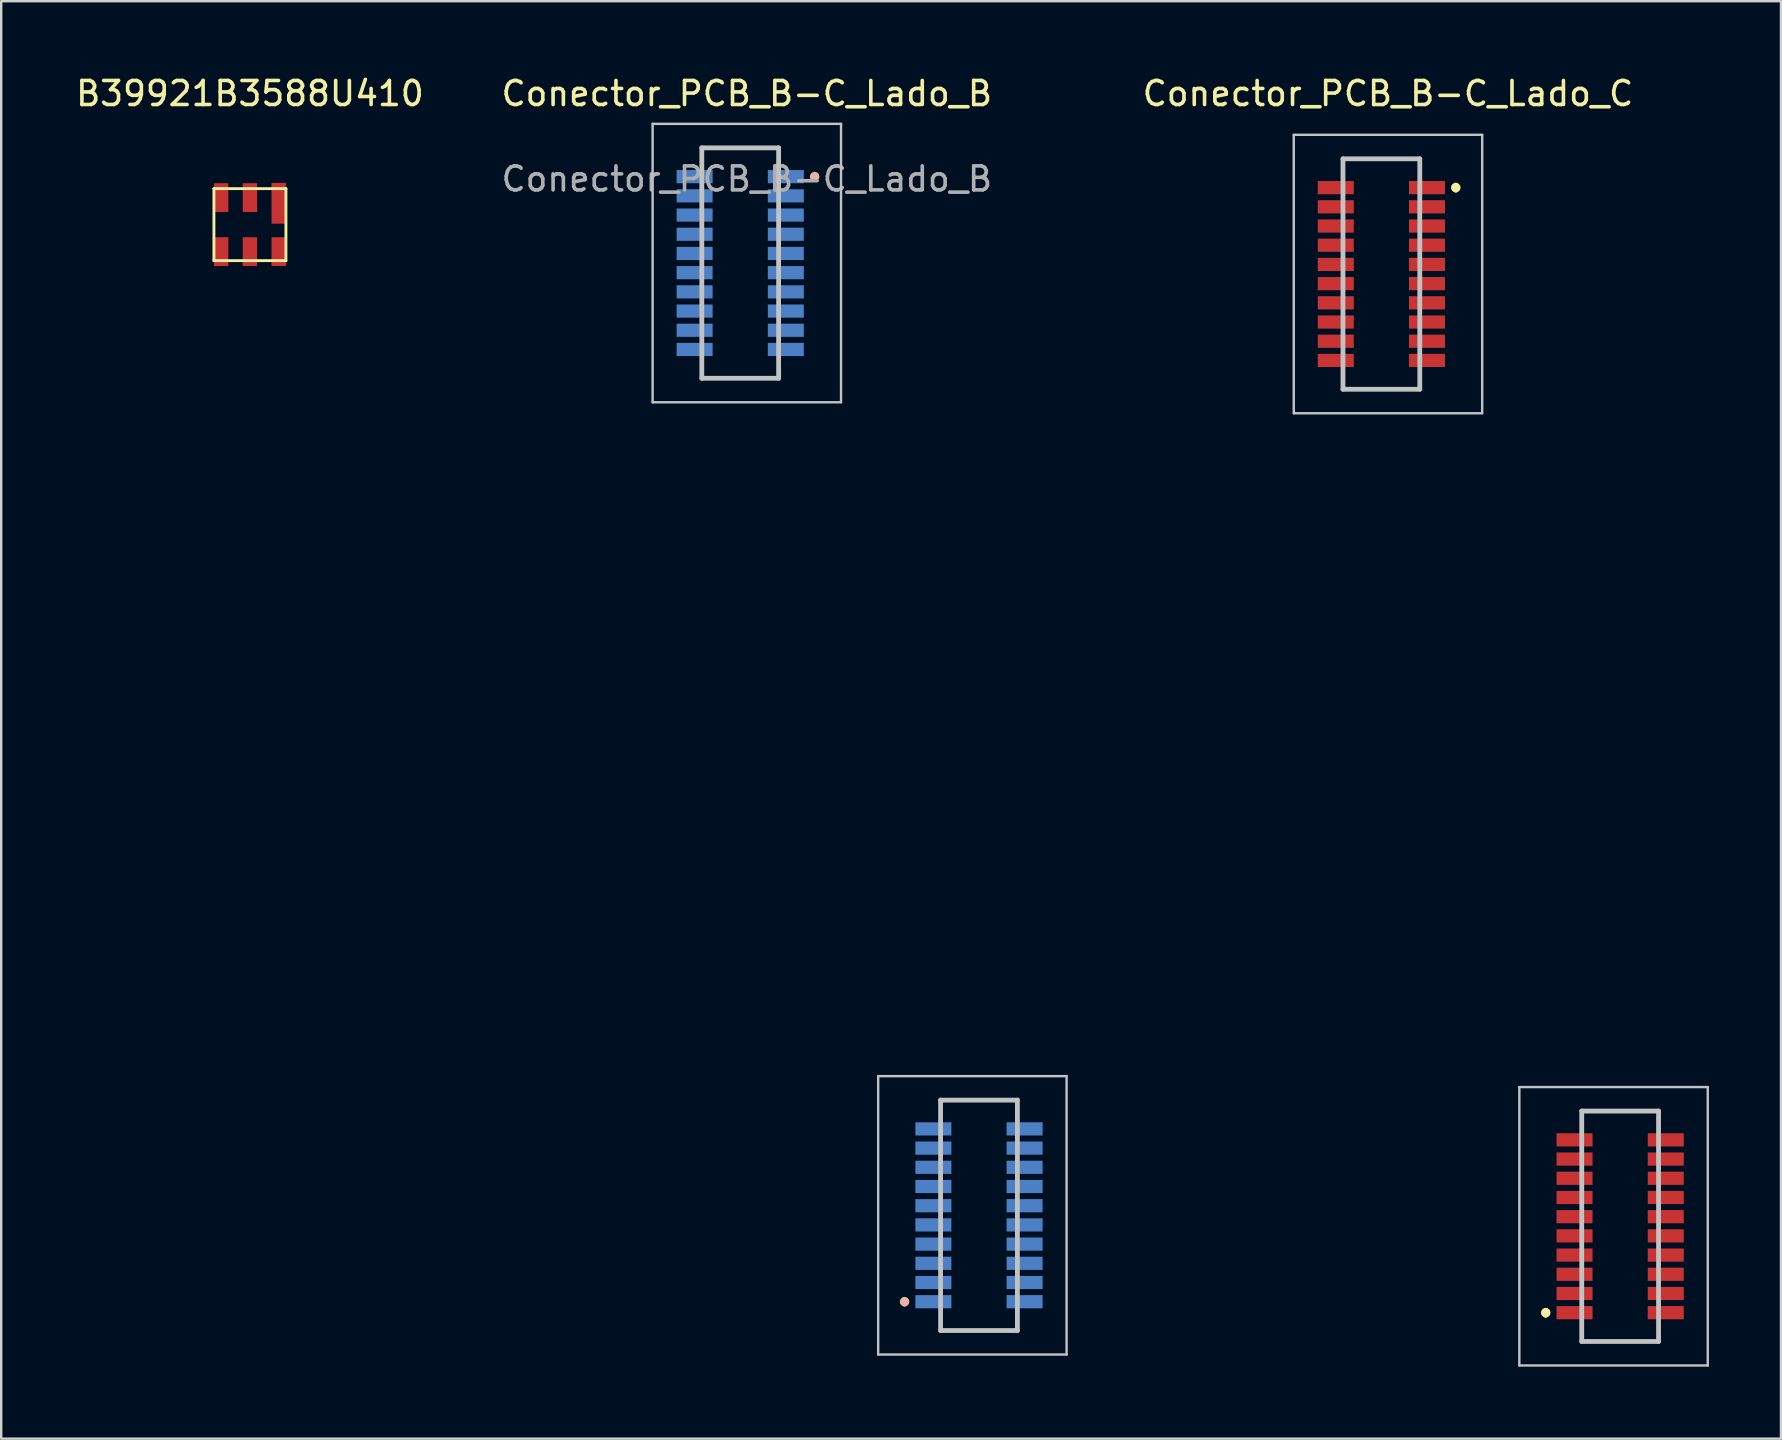
<source format=kicad_pcb>
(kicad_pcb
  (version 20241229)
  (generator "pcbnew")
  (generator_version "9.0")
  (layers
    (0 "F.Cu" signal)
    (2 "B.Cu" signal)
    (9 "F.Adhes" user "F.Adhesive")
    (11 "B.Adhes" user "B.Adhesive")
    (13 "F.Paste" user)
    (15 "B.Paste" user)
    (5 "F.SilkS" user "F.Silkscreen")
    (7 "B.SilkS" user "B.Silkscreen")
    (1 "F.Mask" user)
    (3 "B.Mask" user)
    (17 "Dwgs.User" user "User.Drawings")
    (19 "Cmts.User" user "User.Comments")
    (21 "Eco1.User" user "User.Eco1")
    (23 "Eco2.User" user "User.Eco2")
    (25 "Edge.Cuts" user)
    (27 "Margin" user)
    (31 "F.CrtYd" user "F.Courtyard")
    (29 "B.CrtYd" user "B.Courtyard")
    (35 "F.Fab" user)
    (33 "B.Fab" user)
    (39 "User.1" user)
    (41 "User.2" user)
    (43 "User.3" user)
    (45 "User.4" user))
  (footprint "Conector_PCB_B-C_Lado_B"
    (layer "F.Cu")
    (at 28.065 29.906)
    (property "Reference" "Conector_PCB_B-C_Lado_B" (at 0 -29.058 0) (layer "F.SilkS") (effects (font (size 1 1) (thickness 0.15))))
    (attr through_hole)
    (fp_line (start -1.875 -26.796) (end 1.325 -26.796) (stroke (width 0.1) (type solid)) (layer "B.SilkS"))
    (fp_line (start -1.875 -26.496) (end -1.875 -26.796) (stroke (width 0.1) (type solid)) (layer "B.SilkS"))
    (fp_line (start -1.875 -17.496) (end -1.875 -17.196) (stroke (width 0.1) (type solid)) (layer "B.SilkS"))
    (fp_line (start -1.875 -17.196) (end 1.325 -17.196) (stroke (width 0.1) (type solid)) (layer "B.SilkS"))
    (fp_line (start 1.325 -26.796) (end 1.325 -26.496) (stroke (width 0.1) (type solid)) (layer "B.SilkS"))
    (fp_line (start 1.325 -17.196) (end 1.325 -17.496) (stroke (width 0.1) (type solid)) (layer "B.SilkS"))
    (fp_line (start 8.073 12.878) (end 8.073 13.178) (stroke (width 0.1) (type solid)) (layer "B.SilkS"))
    (fp_line (start 8.073 22.478) (end 8.073 22.178) (stroke (width 0.1) (type solid)) (layer "B.SilkS"))
    (fp_line (start 11.273 12.878) (end 8.073 12.878) (stroke (width 0.1) (type solid)) (layer "B.SilkS"))
    (fp_line (start 11.273 13.178) (end 11.273 12.878) (stroke (width 0.1) (type solid)) (layer "B.SilkS"))
    (fp_line (start 11.273 22.178) (end 11.273 22.478) (stroke (width 0.1) (type solid)) (layer "B.SilkS"))
    (fp_line (start 11.273 22.478) (end 8.073 22.478) (stroke (width 0.1) (type solid)) (layer "B.SilkS"))
    (fp_arc (start 2.825 -25.6964) (mid 2.925 -25.5964) (end 2.825 -25.4964) (stroke (width 0.2) (type solid)) (layer "B.SilkS"))
    (fp_arc (start 2.825 -25.4964) (mid 2.725 -25.5964) (end 2.825 -25.6964) (stroke (width 0.2) (type solid)) (layer "B.SilkS"))
    (fp_arc (start 6.573 21.1784) (mid 6.673 21.2784) (end 6.573 21.3784) (stroke (width 0.2) (type solid)) (layer "B.SilkS"))
    (fp_arc (start 6.573 21.3784) (mid 6.473 21.2784) (end 6.573 21.1784) (stroke (width 0.2) (type solid)) (layer "B.SilkS"))
    (fp_line (start -3.925 -27.796) (end 3.925 -27.796) (stroke (width 0.1) (type solid)) (layer "Dwgs.User"))
    (fp_line (start -3.925 -16.196) (end -3.925 -27.796) (stroke (width 0.1) (type solid)) (layer "Dwgs.User"))
    (fp_line (start -1.875 -26.796) (end 1.325 -26.796) (stroke (width 0.2) (type solid)) (layer "Dwgs.User"))
    (fp_line (start -1.875 -17.196) (end -1.875 -26.796) (stroke (width 0.2) (type solid)) (layer "Dwgs.User"))
    (fp_line (start 1.325 -26.796) (end 1.325 -17.196) (stroke (width 0.2) (type solid)) (layer "Dwgs.User"))
    (fp_line (start 1.325 -17.196) (end -1.875 -17.196) (stroke (width 0.2) (type solid)) (layer "Dwgs.User"))
    (fp_line (start 3.925 -27.796) (end 3.925 -16.196) (stroke (width 0.1) (type solid)) (layer "Dwgs.User"))
    (fp_line (start 3.925 -16.196) (end -3.925 -16.196) (stroke (width 0.1) (type solid)) (layer "Dwgs.User"))
    (fp_line (start 5.473 11.878) (end 13.323 11.878) (stroke (width 0.1) (type solid)) (layer "Dwgs.User"))
    (fp_line (start 5.473 23.478) (end 5.473 11.878) (stroke (width 0.1) (type solid)) (layer "Dwgs.User"))
    (fp_line (start 8.073 12.878) (end 11.273 12.878) (stroke (width 0.2) (type solid)) (layer "Dwgs.User"))
    (fp_line (start 8.073 22.478) (end 8.073 12.878) (stroke (width 0.2) (type solid)) (layer "Dwgs.User"))
    (fp_line (start 11.273 12.878) (end 11.273 22.478) (stroke (width 0.2) (type solid)) (layer "Dwgs.User"))
    (fp_line (start 11.273 22.478) (end 8.073 22.478) (stroke (width 0.2) (type solid)) (layer "Dwgs.User"))
    (fp_line (start 13.323 11.878) (end 13.323 23.478) (stroke (width 0.1) (type solid)) (layer "Dwgs.User"))
    (fp_line (start 13.323 23.478) (end 5.473 23.478) (stroke (width 0.1) (type solid)) (layer "Dwgs.User"))
    (fp_text user "Conector_PCB_B-C_Lado_B" (at 0 -25.5 0) (layer "F.Fab") (effects (font (size 1 1) (thickness 0.15))))
    (pad "1" smd rect (at 1.625 -25.596 90) (size 0.55 1.5) (layers "B.Cu" "F.Paste"))
    (pad "2" smd rect (at 1.625 -24.796 90) (size 0.55 1.5) (layers "B.Cu" "F.Paste"))
    (pad "3" smd rect (at 1.625 -23.996 90) (size 0.55 1.5) (layers "B.Cu" "F.Paste"))
    (pad "4" smd rect (at 1.625 -23.196 90) (size 0.55 1.5) (layers "B.Cu" "F.Paste"))
    (pad "5" smd rect (at 1.625 -22.396 90) (size 0.55 1.5) (layers "B.Cu" "F.Paste"))
    (pad "6" smd rect (at 1.625 -21.596 90) (size 0.55 1.5) (layers "B.Cu" "F.Paste"))
    (pad "7" smd rect (at 1.625 -20.796 90) (size 0.55 1.5) (layers "B.Cu" "F.Paste"))
    (pad "8" smd rect (at 1.625 -19.996 90) (size 0.55 1.5) (layers "B.Cu" "F.Paste"))
    (pad "9" smd rect (at 1.625 -19.196 90) (size 0.55 1.5) (layers "B.Cu" "F.Paste"))
    (pad "10" smd rect (at 1.625 -18.396 90) (size 0.55 1.5) (layers "B.Cu" "F.Paste"))
    (pad "11" smd rect (at -2.175 -18.396 90) (size 0.55 1.5) (layers "B.Cu" "F.Paste"))
    (pad "12" smd rect (at -2.175 -19.196 90) (size 0.55 1.5) (layers "B.Cu" "F.Paste"))
    (pad "13" smd rect (at -2.175 -19.996 90) (size 0.55 1.5) (layers "B.Cu" "F.Paste"))
    (pad "14" smd rect (at -2.175 -20.796 90) (size 0.55 1.5) (layers "B.Cu" "F.Paste"))
    (pad "15" smd rect (at -2.175 -21.596 90) (size 0.55 1.5) (layers "B.Cu" "F.Paste"))
    (pad "16" smd rect (at -2.175 -22.396 90) (size 0.55 1.5) (layers "B.Cu" "F.Paste"))
    (pad "17" smd rect (at -2.175 -23.196 90) (size 0.55 1.5) (layers "B.Cu" "F.Paste"))
    (pad "18" smd rect (at -2.175 -23.996 90) (size 0.55 1.5) (layers "B.Cu" "F.Paste"))
    (pad "19" smd rect (at -2.175 -24.796 90) (size 0.55 1.5) (layers "B.Cu" "F.Paste"))
    (pad "20" smd rect (at -2.175 -25.596 90) (size 0.55 1.5) (layers "B.Cu" "F.Paste"))
    (pad "21" smd rect (at 7.773 21.278 270) (size 0.55 1.5) (layers "B.Cu" "F.Paste"))
    (pad "22" smd rect (at 7.773 20.478 270) (size 0.55 1.5) (layers "B.Cu" "F.Paste"))
    (pad "23" smd rect (at 7.773 19.678 270) (size 0.55 1.5) (layers "B.Cu" "F.Paste"))
    (pad "24" smd rect (at 7.773 18.878 270) (size 0.55 1.5) (layers "B.Cu" "F.Paste"))
    (pad "25" smd rect (at 7.773 18.078 270) (size 0.55 1.5) (layers "B.Cu" "F.Paste"))
    (pad "26" smd rect (at 7.773 17.278 270) (size 0.55 1.5) (layers "B.Cu" "F.Paste"))
    (pad "27" smd rect (at 7.773 16.478 270) (size 0.55 1.5) (layers "B.Cu" "F.Paste"))
    (pad "28" smd rect (at 7.773 15.678 270) (size 0.55 1.5) (layers "B.Cu" "F.Paste"))
    (pad "29" smd rect (at 7.773 14.878 270) (size 0.55 1.5) (layers "B.Cu" "F.Paste"))
    (pad "30" smd rect (at 7.773 14.078 270) (size 0.55 1.5) (layers "B.Cu" "F.Paste"))
    (pad "31" smd rect (at 11.573 14.078 270) (size 0.55 1.5) (layers "B.Cu" "F.Paste"))
    (pad "32" smd rect (at 11.573 14.878 270) (size 0.55 1.5) (layers "B.Cu" "F.Paste"))
    (pad "33" smd rect (at 11.573 15.678 270) (size 0.55 1.5) (layers "B.Cu" "F.Paste"))
    (pad "34" smd rect (at 11.573 16.478 270) (size 0.55 1.5) (layers "B.Cu" "F.Paste"))
    (pad "35" smd rect (at 11.573 17.278 270) (size 0.55 1.5) (layers "B.Cu" "F.Paste"))
    (pad "36" smd rect (at 11.573 18.078 270) (size 0.55 1.5) (layers "B.Cu" "F.Paste"))
    (pad "37" smd rect (at 11.573 18.878 270) (size 0.55 1.5) (layers "B.Cu" "F.Paste"))
    (pad "38" smd rect (at 11.573 19.678 270) (size 0.55 1.5) (layers "B.Cu" "F.Paste"))
    (pad "39" smd rect (at 11.573 20.478 270) (size 0.55 1.5) (layers "B.Cu" "F.Paste"))
    (pad "40" smd rect (at 11.573 21.278 270) (size 0.55 1.5) (layers "B.Cu" "F.Paste")))
  (footprint "Conector_PCB_B-C_Lado_C"
    (layer "F.Cu")
    (at 54.778 30.363)
    (property "Reference" "Conector_PCB_B-C_Lado_C" (at 0 -29.515 0) (layer "F.SilkS") (effects (font (size 1 1) (thickness 0.15))))
    (attr through_hole)
    (fp_line (start -1.875 -26.796) (end 1.325 -26.796) (stroke (width 0.1) (type solid)) (layer "F.SilkS"))
    (fp_line (start -1.875 -26.496) (end -1.875 -26.796) (stroke (width 0.1) (type solid)) (layer "F.SilkS"))
    (fp_line (start -1.875 -17.496) (end -1.875 -17.196) (stroke (width 0.1) (type solid)) (layer "F.SilkS"))
    (fp_line (start -1.875 -17.196) (end 1.325 -17.196) (stroke (width 0.1) (type solid)) (layer "F.SilkS"))
    (fp_line (start 1.325 -26.796) (end 1.325 -26.496) (stroke (width 0.1) (type solid)) (layer "F.SilkS"))
    (fp_line (start 1.325 -17.196) (end 1.325 -17.496) (stroke (width 0.1) (type solid)) (layer "F.SilkS"))
    (fp_line (start 2.825 -25.696) (end 2.825 -25.696) (stroke (width 0.2) (type solid)) (layer "F.SilkS"))
    (fp_line (start 2.825 -25.496) (end 2.825 -25.496) (stroke (width 0.2) (type solid)) (layer "F.SilkS"))
    (fp_line (start 6.573 21.178) (end 6.573 21.178) (stroke (width 0.2) (type solid)) (layer "F.SilkS"))
    (fp_line (start 6.573 21.378) (end 6.573 21.378) (stroke (width 0.2) (type solid)) (layer "F.SilkS"))
    (fp_line (start 8.073 12.878) (end 8.073 13.178) (stroke (width 0.1) (type solid)) (layer "F.SilkS"))
    (fp_line (start 8.073 22.478) (end 8.073 22.178) (stroke (width 0.1) (type solid)) (layer "F.SilkS"))
    (fp_line (start 11.273 12.878) (end 8.073 12.878) (stroke (width 0.1) (type solid)) (layer "F.SilkS"))
    (fp_line (start 11.273 13.178) (end 11.273 12.878) (stroke (width 0.1) (type solid)) (layer "F.SilkS"))
    (fp_line (start 11.273 22.178) (end 11.273 22.478) (stroke (width 0.1) (type solid)) (layer "F.SilkS"))
    (fp_line (start 11.273 22.478) (end 8.073 22.478) (stroke (width 0.1) (type solid)) (layer "F.SilkS"))
    (fp_arc (start 2.825 -25.6964) (mid 2.925 -25.5964) (end 2.825 -25.4964) (stroke (width 0.2) (type solid)) (layer "F.SilkS"))
    (fp_arc (start 2.825 -25.4964) (mid 2.725 -25.5964) (end 2.825 -25.6964) (stroke (width 0.2) (type solid)) (layer "F.SilkS"))
    (fp_arc (start 6.573 21.1784) (mid 6.673 21.2784) (end 6.573 21.3784) (stroke (width 0.2) (type solid)) (layer "F.SilkS"))
    (fp_arc (start 6.573 21.3784) (mid 6.473 21.2784) (end 6.573 21.1784) (stroke (width 0.2) (type solid)) (layer "F.SilkS"))
    (fp_line (start -3.925 -27.796) (end 3.925 -27.796) (stroke (width 0.1) (type solid)) (layer "Dwgs.User"))
    (fp_line (start -3.925 -16.196) (end -3.925 -27.796) (stroke (width 0.1) (type solid)) (layer "Dwgs.User"))
    (fp_line (start -1.875 -26.796) (end 1.325 -26.796) (stroke (width 0.2) (type solid)) (layer "Dwgs.User"))
    (fp_line (start -1.875 -17.196) (end -1.875 -26.796) (stroke (width 0.2) (type solid)) (layer "Dwgs.User"))
    (fp_line (start 1.325 -26.796) (end 1.325 -17.196) (stroke (width 0.2) (type solid)) (layer "Dwgs.User"))
    (fp_line (start 1.325 -17.196) (end -1.875 -17.196) (stroke (width 0.2) (type solid)) (layer "Dwgs.User"))
    (fp_line (start 3.925 -27.796) (end 3.925 -16.196) (stroke (width 0.1) (type solid)) (layer "Dwgs.User"))
    (fp_line (start 3.925 -16.196) (end -3.925 -16.196) (stroke (width 0.1) (type solid)) (layer "Dwgs.User"))
    (fp_line (start 5.473 11.878) (end 13.323 11.878) (stroke (width 0.1) (type solid)) (layer "Dwgs.User"))
    (fp_line (start 5.473 23.478) (end 5.473 11.878) (stroke (width 0.1) (type solid)) (layer "Dwgs.User"))
    (fp_line (start 8.073 12.878) (end 11.273 12.878) (stroke (width 0.2) (type solid)) (layer "Dwgs.User"))
    (fp_line (start 8.073 22.478) (end 8.073 12.878) (stroke (width 0.2) (type solid)) (layer "Dwgs.User"))
    (fp_line (start 11.273 12.878) (end 11.273 22.478) (stroke (width 0.2) (type solid)) (layer "Dwgs.User"))
    (fp_line (start 11.273 22.478) (end 8.073 22.478) (stroke (width 0.2) (type solid)) (layer "Dwgs.User"))
    (fp_line (start 13.323 11.878) (end 13.323 23.478) (stroke (width 0.1) (type solid)) (layer "Dwgs.User"))
    (fp_line (start 13.323 23.478) (end 5.473 23.478) (stroke (width 0.1) (type solid)) (layer "Dwgs.User"))
    (pad "1" smd rect (at 1.625 -25.596 90) (size 0.55 1.5) (layers "F.Cu" "F.Paste"))
    (pad "2" smd rect (at 1.625 -24.796 90) (size 0.55 1.5) (layers "F.Cu" "F.Paste"))
    (pad "3" smd rect (at 1.625 -23.996 90) (size 0.55 1.5) (layers "F.Cu" "F.Paste"))
    (pad "4" smd rect (at 1.625 -23.196 90) (size 0.55 1.5) (layers "F.Cu" "F.Paste"))
    (pad "5" smd rect (at 1.625 -22.396 90) (size 0.55 1.5) (layers "F.Cu" "F.Paste"))
    (pad "6" smd rect (at 1.625 -21.596 90) (size 0.55 1.5) (layers "F.Cu" "F.Paste"))
    (pad "7" smd rect (at 1.625 -20.796 90) (size 0.55 1.5) (layers "F.Cu" "F.Paste"))
    (pad "8" smd rect (at 1.625 -19.996 90) (size 0.55 1.5) (layers "F.Cu" "F.Paste"))
    (pad "9" smd rect (at 1.625 -19.196 90) (size 0.55 1.5) (layers "F.Cu" "F.Paste"))
    (pad "10" smd rect (at 1.625 -18.396 90) (size 0.55 1.5) (layers "F.Cu" "F.Paste"))
    (pad "11" smd rect (at -2.175 -18.396 90) (size 0.55 1.5) (layers "F.Cu" "F.Paste"))
    (pad "12" smd rect (at -2.175 -19.196 90) (size 0.55 1.5) (layers "F.Cu" "F.Paste"))
    (pad "13" smd rect (at -2.175 -19.996 90) (size 0.55 1.5) (layers "F.Cu" "F.Paste"))
    (pad "14" smd rect (at -2.175 -20.796 90) (size 0.55 1.5) (layers "F.Cu" "F.Paste"))
    (pad "15" smd rect (at -2.175 -21.596 90) (size 0.55 1.5) (layers "F.Cu" "F.Paste"))
    (pad "16" smd rect (at -2.175 -22.396 90) (size 0.55 1.5) (layers "F.Cu" "F.Paste"))
    (pad "17" smd rect (at -2.175 -23.196 90) (size 0.55 1.5) (layers "F.Cu" "F.Paste"))
    (pad "18" smd rect (at -2.175 -23.996 90) (size 0.55 1.5) (layers "F.Cu" "F.Paste"))
    (pad "19" smd rect (at -2.175 -24.796 90) (size 0.55 1.5) (layers "F.Cu" "F.Paste"))
    (pad "20" smd rect (at -2.175 -25.596 90) (size 0.55 1.5) (layers "F.Cu" "F.Paste"))
    (pad "21" smd rect (at 7.773 21.278 270) (size 0.55 1.5) (layers "F.Cu" "F.Paste"))
    (pad "22" smd rect (at 7.773 20.478 270) (size 0.55 1.5) (layers "F.Cu" "F.Paste"))
    (pad "23" smd rect (at 7.773 19.678 270) (size 0.55 1.5) (layers "F.Cu" "F.Paste"))
    (pad "24" smd rect (at 7.773 18.878 270) (size 0.55 1.5) (layers "F.Cu" "F.Paste"))
    (pad "25" smd rect (at 7.773 18.078 270) (size 0.55 1.5) (layers "F.Cu" "F.Paste"))
    (pad "26" smd rect (at 7.773 17.278 270) (size 0.55 1.5) (layers "F.Cu" "F.Paste"))
    (pad "27" smd rect (at 7.773 16.478 270) (size 0.55 1.5) (layers "F.Cu" "F.Paste"))
    (pad "28" smd rect (at 7.773 15.678 270) (size 0.55 1.5) (layers "F.Cu" "F.Paste"))
    (pad "29" smd rect (at 7.773 14.878 270) (size 0.55 1.5) (layers "F.Cu" "F.Paste"))
    (pad "30" smd rect (at 7.773 14.078 270) (size 0.55 1.5) (layers "F.Cu" "F.Paste"))
    (pad "31" smd rect (at 11.573 14.078 270) (size 0.55 1.5) (layers "F.Cu" "F.Paste"))
    (pad "32" smd rect (at 11.573 14.878 270) (size 0.55 1.5) (layers "F.Cu" "F.Paste"))
    (pad "33" smd rect (at 11.573 15.678 270) (size 0.55 1.5) (layers "F.Cu" "F.Paste"))
    (pad "34" smd rect (at 11.573 16.478 270) (size 0.55 1.5) (layers "F.Cu" "F.Paste"))
    (pad "35" smd rect (at 11.573 17.278 270) (size 0.55 1.5) (layers "F.Cu" "F.Paste"))
    (pad "36" smd rect (at 11.573 18.078 270) (size 0.55 1.5) (layers "F.Cu" "F.Paste"))
    (pad "37" smd rect (at 11.573 18.878 270) (size 0.55 1.5) (layers "F.Cu" "F.Paste"))
    (pad "38" smd rect (at 11.573 19.678 270) (size 0.55 1.5) (layers "F.Cu" "F.Paste"))
    (pad "39" smd rect (at 11.573 20.478 270) (size 0.55 1.5) (layers "F.Cu" "F.Paste"))
    (pad "40" smd rect (at 11.573 21.278 270) (size 0.55 1.5) (layers "F.Cu" "F.Paste")))
  (footprint "B39921B3588U410"
    (layer "F.Cu")
    (at 7.363 6.309)
    (property "Reference" "B39921B3588U410" (at 0 -5.461 0) (layer "F.SilkS") (effects (font (size 1 1) (thickness 0.15))))
    (attr through_hole)
    (fp_line (start -1.5 -1.5) (end 1.5 -1.5) (stroke (width 0.12) (type solid)) (layer "F.SilkS"))
    (fp_line (start -1.5 1.5) (end -1.5 -1.5) (stroke (width 0.12) (type solid)) (layer "F.SilkS"))
    (fp_line (start -1.5 1.5) (end 1.5 1.5) (stroke (width 0.12) (type solid)) (layer "F.SilkS"))
    (fp_line (start 1.5 -1.5) (end 1.5 1.5) (stroke (width 0.12) (type solid)) (layer "F.SilkS"))
    (pad "1" smd rect (at 1.2 -0.889) (size 0.6 1.7) (layers "F.Cu" "F.Mask" "F.Paste"))
    (pad "2" smd rect (at 0 -1.125) (size 0.6 1.2) (layers "F.Cu" "F.Mask" "F.Paste"))
    (pad "3" smd rect (at -1.2 -1.125) (size 0.6 1.2) (layers "F.Cu" "F.Mask" "F.Paste"))
    (pad "4" smd rect (at -1.2 1.125) (size 0.6 1.2) (layers "F.Cu" "F.Mask" "F.Paste"))
    (pad "5" smd rect (at 0 1.125) (size 0.6 1.2) (layers "F.Cu" "F.Mask" "F.Paste"))
    (pad "6" smd rect (at 1.2 1.125) (size 0.6 1.2) (layers "F.Cu" "F.Mask" "F.Paste")))
  (gr_rect
    (start -3 -3)
    (end 71.151 56.891)
    (stroke (width 0.1) (type default))
    (fill no)
    (layer "Edge.Cuts")))
</source>
